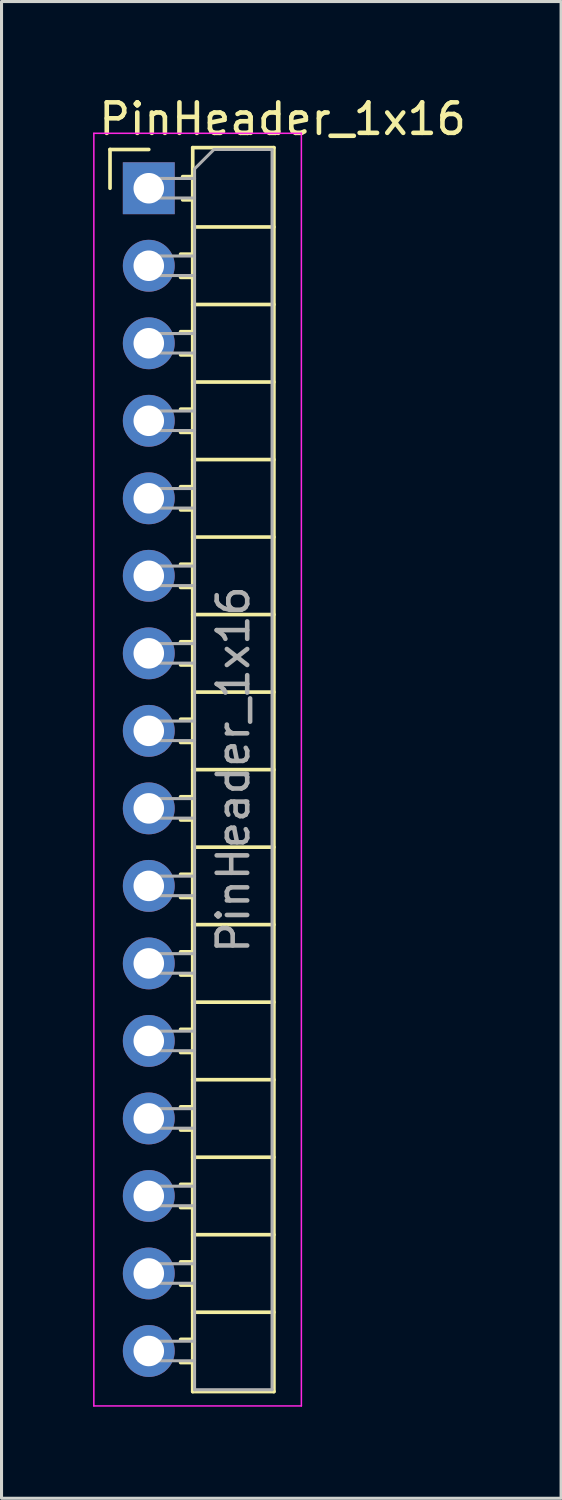
<source format=kicad_pcb>
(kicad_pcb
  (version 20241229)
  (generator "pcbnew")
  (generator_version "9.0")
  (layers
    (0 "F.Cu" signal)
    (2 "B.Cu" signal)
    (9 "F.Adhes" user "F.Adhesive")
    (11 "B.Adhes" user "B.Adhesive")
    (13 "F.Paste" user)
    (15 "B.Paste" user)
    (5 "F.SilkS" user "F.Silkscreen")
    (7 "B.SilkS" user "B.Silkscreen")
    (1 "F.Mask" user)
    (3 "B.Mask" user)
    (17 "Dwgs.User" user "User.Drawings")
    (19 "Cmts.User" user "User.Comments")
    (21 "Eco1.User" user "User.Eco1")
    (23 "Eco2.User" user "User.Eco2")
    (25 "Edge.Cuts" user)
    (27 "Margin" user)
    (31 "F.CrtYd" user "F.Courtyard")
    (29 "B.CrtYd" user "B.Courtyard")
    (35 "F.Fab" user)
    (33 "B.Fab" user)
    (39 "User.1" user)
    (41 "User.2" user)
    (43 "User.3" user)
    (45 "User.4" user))
  (footprint "PinHeader_1x16"
    (layer "F.Cu")
    (at 1.825 3.118)
    (property "Reference" "PinHeader_1x16" (at 4.385 -2.27 0) (layer "F.SilkS") (effects (font (size 1 1) (thickness 0.15))))
    (attr through_hole)
    (fp_line (start -1.27 -1.27) (end 0 -1.27) (stroke (width 0.12) (type solid)) (layer "F.SilkS"))
    (fp_line (start -1.27 0) (end -1.27 -1.27) (stroke (width 0.12) (type solid)) (layer "F.SilkS"))
    (fp_line (start 1.043 2.16) (end 1.44 2.16) (stroke (width 0.12) (type solid)) (layer "F.SilkS"))
    (fp_line (start 1.043 2.92) (end 1.44 2.92) (stroke (width 0.12) (type solid)) (layer "F.SilkS"))
    (fp_line (start 1.043 4.7) (end 1.44 4.7) (stroke (width 0.12) (type solid)) (layer "F.SilkS"))
    (fp_line (start 1.043 5.46) (end 1.44 5.46) (stroke (width 0.12) (type solid)) (layer "F.SilkS"))
    (fp_line (start 1.043 7.24) (end 1.44 7.24) (stroke (width 0.12) (type solid)) (layer "F.SilkS"))
    (fp_line (start 1.043 8) (end 1.44 8) (stroke (width 0.12) (type solid)) (layer "F.SilkS"))
    (fp_line (start 1.043 9.78) (end 1.44 9.78) (stroke (width 0.12) (type solid)) (layer "F.SilkS"))
    (fp_line (start 1.043 10.54) (end 1.44 10.54) (stroke (width 0.12) (type solid)) (layer "F.SilkS"))
    (fp_line (start 1.043 12.32) (end 1.44 12.32) (stroke (width 0.12) (type solid)) (layer "F.SilkS"))
    (fp_line (start 1.043 13.08) (end 1.44 13.08) (stroke (width 0.12) (type solid)) (layer "F.SilkS"))
    (fp_line (start 1.043 14.86) (end 1.44 14.86) (stroke (width 0.12) (type solid)) (layer "F.SilkS"))
    (fp_line (start 1.043 15.62) (end 1.44 15.62) (stroke (width 0.12) (type solid)) (layer "F.SilkS"))
    (fp_line (start 1.043 17.4) (end 1.44 17.4) (stroke (width 0.12) (type solid)) (layer "F.SilkS"))
    (fp_line (start 1.043 18.16) (end 1.44 18.16) (stroke (width 0.12) (type solid)) (layer "F.SilkS"))
    (fp_line (start 1.043 19.94) (end 1.44 19.94) (stroke (width 0.12) (type solid)) (layer "F.SilkS"))
    (fp_line (start 1.043 20.7) (end 1.44 20.7) (stroke (width 0.12) (type solid)) (layer "F.SilkS"))
    (fp_line (start 1.043 22.48) (end 1.44 22.48) (stroke (width 0.12) (type solid)) (layer "F.SilkS"))
    (fp_line (start 1.043 23.24) (end 1.44 23.24) (stroke (width 0.12) (type solid)) (layer "F.SilkS"))
    (fp_line (start 1.043 25.02) (end 1.44 25.02) (stroke (width 0.12) (type solid)) (layer "F.SilkS"))
    (fp_line (start 1.043 25.78) (end 1.44 25.78) (stroke (width 0.12) (type solid)) (layer "F.SilkS"))
    (fp_line (start 1.043 27.56) (end 1.44 27.56) (stroke (width 0.12) (type solid)) (layer "F.SilkS"))
    (fp_line (start 1.043 28.32) (end 1.44 28.32) (stroke (width 0.12) (type solid)) (layer "F.SilkS"))
    (fp_line (start 1.043 30.1) (end 1.44 30.1) (stroke (width 0.12) (type solid)) (layer "F.SilkS"))
    (fp_line (start 1.043 30.86) (end 1.44 30.86) (stroke (width 0.12) (type solid)) (layer "F.SilkS"))
    (fp_line (start 1.043 32.64) (end 1.44 32.64) (stroke (width 0.12) (type solid)) (layer "F.SilkS"))
    (fp_line (start 1.043 33.4) (end 1.44 33.4) (stroke (width 0.12) (type solid)) (layer "F.SilkS"))
    (fp_line (start 1.043 35.18) (end 1.44 35.18) (stroke (width 0.12) (type solid)) (layer "F.SilkS"))
    (fp_line (start 1.043 35.94) (end 1.44 35.94) (stroke (width 0.12) (type solid)) (layer "F.SilkS"))
    (fp_line (start 1.043 37.72) (end 1.44 37.72) (stroke (width 0.12) (type solid)) (layer "F.SilkS"))
    (fp_line (start 1.043 38.48) (end 1.44 38.48) (stroke (width 0.12) (type solid)) (layer "F.SilkS"))
    (fp_line (start 1.11 -0.38) (end 1.44 -0.38) (stroke (width 0.12) (type solid)) (layer "F.SilkS"))
    (fp_line (start 1.11 0.38) (end 1.44 0.38) (stroke (width 0.12) (type solid)) (layer "F.SilkS"))
    (fp_line (start 1.44 -1.33) (end 1.44 39.43) (stroke (width 0.12) (type solid)) (layer "F.SilkS"))
    (fp_line (start 1.44 1.27) (end 4.1 1.27) (stroke (width 0.12) (type solid)) (layer "F.SilkS"))
    (fp_line (start 1.44 3.81) (end 4.1 3.81) (stroke (width 0.12) (type solid)) (layer "F.SilkS"))
    (fp_line (start 1.44 6.35) (end 4.1 6.35) (stroke (width 0.12) (type solid)) (layer "F.SilkS"))
    (fp_line (start 1.44 8.89) (end 4.1 8.89) (stroke (width 0.12) (type solid)) (layer "F.SilkS"))
    (fp_line (start 1.44 11.43) (end 4.1 11.43) (stroke (width 0.12) (type solid)) (layer "F.SilkS"))
    (fp_line (start 1.44 13.97) (end 4.1 13.97) (stroke (width 0.12) (type solid)) (layer "F.SilkS"))
    (fp_line (start 1.44 16.51) (end 4.1 16.51) (stroke (width 0.12) (type solid)) (layer "F.SilkS"))
    (fp_line (start 1.44 19.05) (end 4.1 19.05) (stroke (width 0.12) (type solid)) (layer "F.SilkS"))
    (fp_line (start 1.44 21.59) (end 4.1 21.59) (stroke (width 0.12) (type solid)) (layer "F.SilkS"))
    (fp_line (start 1.44 24.13) (end 4.1 24.13) (stroke (width 0.12) (type solid)) (layer "F.SilkS"))
    (fp_line (start 1.44 26.67) (end 4.1 26.67) (stroke (width 0.12) (type solid)) (layer "F.SilkS"))
    (fp_line (start 1.44 29.21) (end 4.1 29.21) (stroke (width 0.12) (type solid)) (layer "F.SilkS"))
    (fp_line (start 1.44 31.75) (end 4.1 31.75) (stroke (width 0.12) (type solid)) (layer "F.SilkS"))
    (fp_line (start 1.44 34.29) (end 4.1 34.29) (stroke (width 0.12) (type solid)) (layer "F.SilkS"))
    (fp_line (start 1.44 36.83) (end 4.1 36.83) (stroke (width 0.12) (type solid)) (layer "F.SilkS"))
    (fp_line (start 1.44 39.43) (end 4.1 39.43) (stroke (width 0.12) (type solid)) (layer "F.SilkS"))
    (fp_line (start 4.1 -1.33) (end 1.44 -1.33) (stroke (width 0.12) (type solid)) (layer "F.SilkS"))
    (fp_line (start 4.1 39.43) (end 4.1 -1.33) (stroke (width 0.12) (type solid)) (layer "F.SilkS"))
    (fp_line (start -1.8 -1.8) (end -1.8 39.9) (stroke (width 0.05) (type solid)) (layer "F.CrtYd"))
    (fp_line (start -1.8 39.9) (end 5 39.9) (stroke (width 0.05) (type solid)) (layer "F.CrtYd"))
    (fp_line (start 5 -1.8) (end -1.8 -1.8) (stroke (width 0.05) (type solid)) (layer "F.CrtYd"))
    (fp_line (start 5 39.9) (end 5 -1.8) (stroke (width 0.05) (type solid)) (layer "F.CrtYd"))
    (fp_line (start -0.32 -0.32) (end -0.32 0.32) (stroke (width 0.1) (type solid)) (layer "F.Fab"))
    (fp_line (start -0.32 -0.32) (end 1.5 -0.32) (stroke (width 0.1) (type solid)) (layer "F.Fab"))
    (fp_line (start -0.32 0.32) (end 1.5 0.32) (stroke (width 0.1) (type solid)) (layer "F.Fab"))
    (fp_line (start -0.32 2.22) (end -0.32 2.86) (stroke (width 0.1) (type solid)) (layer "F.Fab"))
    (fp_line (start -0.32 2.22) (end 1.5 2.22) (stroke (width 0.1) (type solid)) (layer "F.Fab"))
    (fp_line (start -0.32 2.86) (end 1.5 2.86) (stroke (width 0.1) (type solid)) (layer "F.Fab"))
    (fp_line (start -0.32 4.76) (end -0.32 5.4) (stroke (width 0.1) (type solid)) (layer "F.Fab"))
    (fp_line (start -0.32 4.76) (end 1.5 4.76) (stroke (width 0.1) (type solid)) (layer "F.Fab"))
    (fp_line (start -0.32 5.4) (end 1.5 5.4) (stroke (width 0.1) (type solid)) (layer "F.Fab"))
    (fp_line (start -0.32 7.3) (end -0.32 7.94) (stroke (width 0.1) (type solid)) (layer "F.Fab"))
    (fp_line (start -0.32 7.3) (end 1.5 7.3) (stroke (width 0.1) (type solid)) (layer "F.Fab"))
    (fp_line (start -0.32 7.94) (end 1.5 7.94) (stroke (width 0.1) (type solid)) (layer "F.Fab"))
    (fp_line (start -0.32 9.84) (end -0.32 10.48) (stroke (width 0.1) (type solid)) (layer "F.Fab"))
    (fp_line (start -0.32 9.84) (end 1.5 9.84) (stroke (width 0.1) (type solid)) (layer "F.Fab"))
    (fp_line (start -0.32 10.48) (end 1.5 10.48) (stroke (width 0.1) (type solid)) (layer "F.Fab"))
    (fp_line (start -0.32 12.38) (end -0.32 13.02) (stroke (width 0.1) (type solid)) (layer "F.Fab"))
    (fp_line (start -0.32 12.38) (end 1.5 12.38) (stroke (width 0.1) (type solid)) (layer "F.Fab"))
    (fp_line (start -0.32 13.02) (end 1.5 13.02) (stroke (width 0.1) (type solid)) (layer "F.Fab"))
    (fp_line (start -0.32 14.92) (end -0.32 15.56) (stroke (width 0.1) (type solid)) (layer "F.Fab"))
    (fp_line (start -0.32 14.92) (end 1.5 14.92) (stroke (width 0.1) (type solid)) (layer "F.Fab"))
    (fp_line (start -0.32 15.56) (end 1.5 15.56) (stroke (width 0.1) (type solid)) (layer "F.Fab"))
    (fp_line (start -0.32 17.46) (end -0.32 18.1) (stroke (width 0.1) (type solid)) (layer "F.Fab"))
    (fp_line (start -0.32 17.46) (end 1.5 17.46) (stroke (width 0.1) (type solid)) (layer "F.Fab"))
    (fp_line (start -0.32 18.1) (end 1.5 18.1) (stroke (width 0.1) (type solid)) (layer "F.Fab"))
    (fp_line (start -0.32 20) (end -0.32 20.64) (stroke (width 0.1) (type solid)) (layer "F.Fab"))
    (fp_line (start -0.32 20) (end 1.5 20) (stroke (width 0.1) (type solid)) (layer "F.Fab"))
    (fp_line (start -0.32 20.64) (end 1.5 20.64) (stroke (width 0.1) (type solid)) (layer "F.Fab"))
    (fp_line (start -0.32 22.54) (end -0.32 23.18) (stroke (width 0.1) (type solid)) (layer "F.Fab"))
    (fp_line (start -0.32 22.54) (end 1.5 22.54) (stroke (width 0.1) (type solid)) (layer "F.Fab"))
    (fp_line (start -0.32 23.18) (end 1.5 23.18) (stroke (width 0.1) (type solid)) (layer "F.Fab"))
    (fp_line (start -0.32 25.08) (end -0.32 25.72) (stroke (width 0.1) (type solid)) (layer "F.Fab"))
    (fp_line (start -0.32 25.08) (end 1.5 25.08) (stroke (width 0.1) (type solid)) (layer "F.Fab"))
    (fp_line (start -0.32 25.72) (end 1.5 25.72) (stroke (width 0.1) (type solid)) (layer "F.Fab"))
    (fp_line (start -0.32 27.62) (end -0.32 28.26) (stroke (width 0.1) (type solid)) (layer "F.Fab"))
    (fp_line (start -0.32 27.62) (end 1.5 27.62) (stroke (width 0.1) (type solid)) (layer "F.Fab"))
    (fp_line (start -0.32 28.26) (end 1.5 28.26) (stroke (width 0.1) (type solid)) (layer "F.Fab"))
    (fp_line (start -0.32 30.16) (end -0.32 30.8) (stroke (width 0.1) (type solid)) (layer "F.Fab"))
    (fp_line (start -0.32 30.16) (end 1.5 30.16) (stroke (width 0.1) (type solid)) (layer "F.Fab"))
    (fp_line (start -0.32 30.8) (end 1.5 30.8) (stroke (width 0.1) (type solid)) (layer "F.Fab"))
    (fp_line (start -0.32 32.7) (end -0.32 33.34) (stroke (width 0.1) (type solid)) (layer "F.Fab"))
    (fp_line (start -0.32 32.7) (end 1.5 32.7) (stroke (width 0.1) (type solid)) (layer "F.Fab"))
    (fp_line (start -0.32 33.34) (end 1.5 33.34) (stroke (width 0.1) (type solid)) (layer "F.Fab"))
    (fp_line (start -0.32 35.24) (end -0.32 35.88) (stroke (width 0.1) (type solid)) (layer "F.Fab"))
    (fp_line (start -0.32 35.24) (end 1.5 35.24) (stroke (width 0.1) (type solid)) (layer "F.Fab"))
    (fp_line (start -0.32 35.88) (end 1.5 35.88) (stroke (width 0.1) (type solid)) (layer "F.Fab"))
    (fp_line (start -0.32 37.78) (end -0.32 38.42) (stroke (width 0.1) (type solid)) (layer "F.Fab"))
    (fp_line (start -0.32 37.78) (end 1.5 37.78) (stroke (width 0.1) (type solid)) (layer "F.Fab"))
    (fp_line (start -0.32 38.42) (end 1.5 38.42) (stroke (width 0.1) (type solid)) (layer "F.Fab"))
    (fp_line (start 1.5 -0.635) (end 2.135 -1.27) (stroke (width 0.1) (type solid)) (layer "F.Fab"))
    (fp_line (start 1.5 39.37) (end 1.5 -0.635) (stroke (width 0.1) (type solid)) (layer "F.Fab"))
    (fp_line (start 2.135 -1.27) (end 4.04 -1.27) (stroke (width 0.1) (type solid)) (layer "F.Fab"))
    (fp_line (start 4.04 -1.27) (end 4.04 39.37) (stroke (width 0.1) (type solid)) (layer "F.Fab"))
    (fp_line (start 4.04 39.37) (end 1.5 39.37) (stroke (width 0.1) (type solid)) (layer "F.Fab"))
    (fp_text user "${REFERENCE}" (at 2.77 19.05 90) (layer "F.Fab") (effects (font (size 1 1) (thickness 0.15))))
    (pad "1" thru_hole rect (at 0 0) (size 1.7 1.7) (drill 1) (layers "*.Cu" "*.Mask"))
    (pad "2" thru_hole oval (at 0 2.54) (size 1.7 1.7) (drill 1) (layers "*.Cu" "*.Mask"))
    (pad "3" thru_hole oval (at 0 5.08) (size 1.7 1.7) (drill 1) (layers "*.Cu" "*.Mask"))
    (pad "4" thru_hole oval (at 0 7.62) (size 1.7 1.7) (drill 1) (layers "*.Cu" "*.Mask"))
    (pad "5" thru_hole oval (at 0 10.16) (size 1.7 1.7) (drill 1) (layers "*.Cu" "*.Mask"))
    (pad "6" thru_hole oval (at 0 12.7) (size 1.7 1.7) (drill 1) (layers "*.Cu" "*.Mask"))
    (pad "7" thru_hole oval (at 0 15.24) (size 1.7 1.7) (drill 1) (layers "*.Cu" "*.Mask"))
    (pad "8" thru_hole oval (at 0 17.78) (size 1.7 1.7) (drill 1) (layers "*.Cu" "*.Mask"))
    (pad "9" thru_hole oval (at 0 20.32) (size 1.7 1.7) (drill 1) (layers "*.Cu" "*.Mask"))
    (pad "10" thru_hole oval (at 0 22.86) (size 1.7 1.7) (drill 1) (layers "*.Cu" "*.Mask"))
    (pad "11" thru_hole oval (at 0 25.4) (size 1.7 1.7) (drill 1) (layers "*.Cu" "*.Mask"))
    (pad "12" thru_hole oval (at 0 27.94) (size 1.7 1.7) (drill 1) (layers "*.Cu" "*.Mask"))
    (pad "13" thru_hole oval (at 0 30.48) (size 1.7 1.7) (drill 1) (layers "*.Cu" "*.Mask"))
    (pad "14" thru_hole oval (at 0 33.02) (size 1.7 1.7) (drill 1) (layers "*.Cu" "*.Mask"))
    (pad "15" thru_hole oval (at 0 35.56) (size 1.7 1.7) (drill 1) (layers "*.Cu" "*.Mask"))
    (pad "16" thru_hole oval (at 0 38.1) (size 1.7 1.7) (drill 1) (layers "*.Cu" "*.Mask")))
  (gr_rect
    (start -3 -3)
    (end 15.335 46.043)
    (stroke (width 0.1) (type default))
    (fill no)
    (layer "Edge.Cuts")))
</source>
